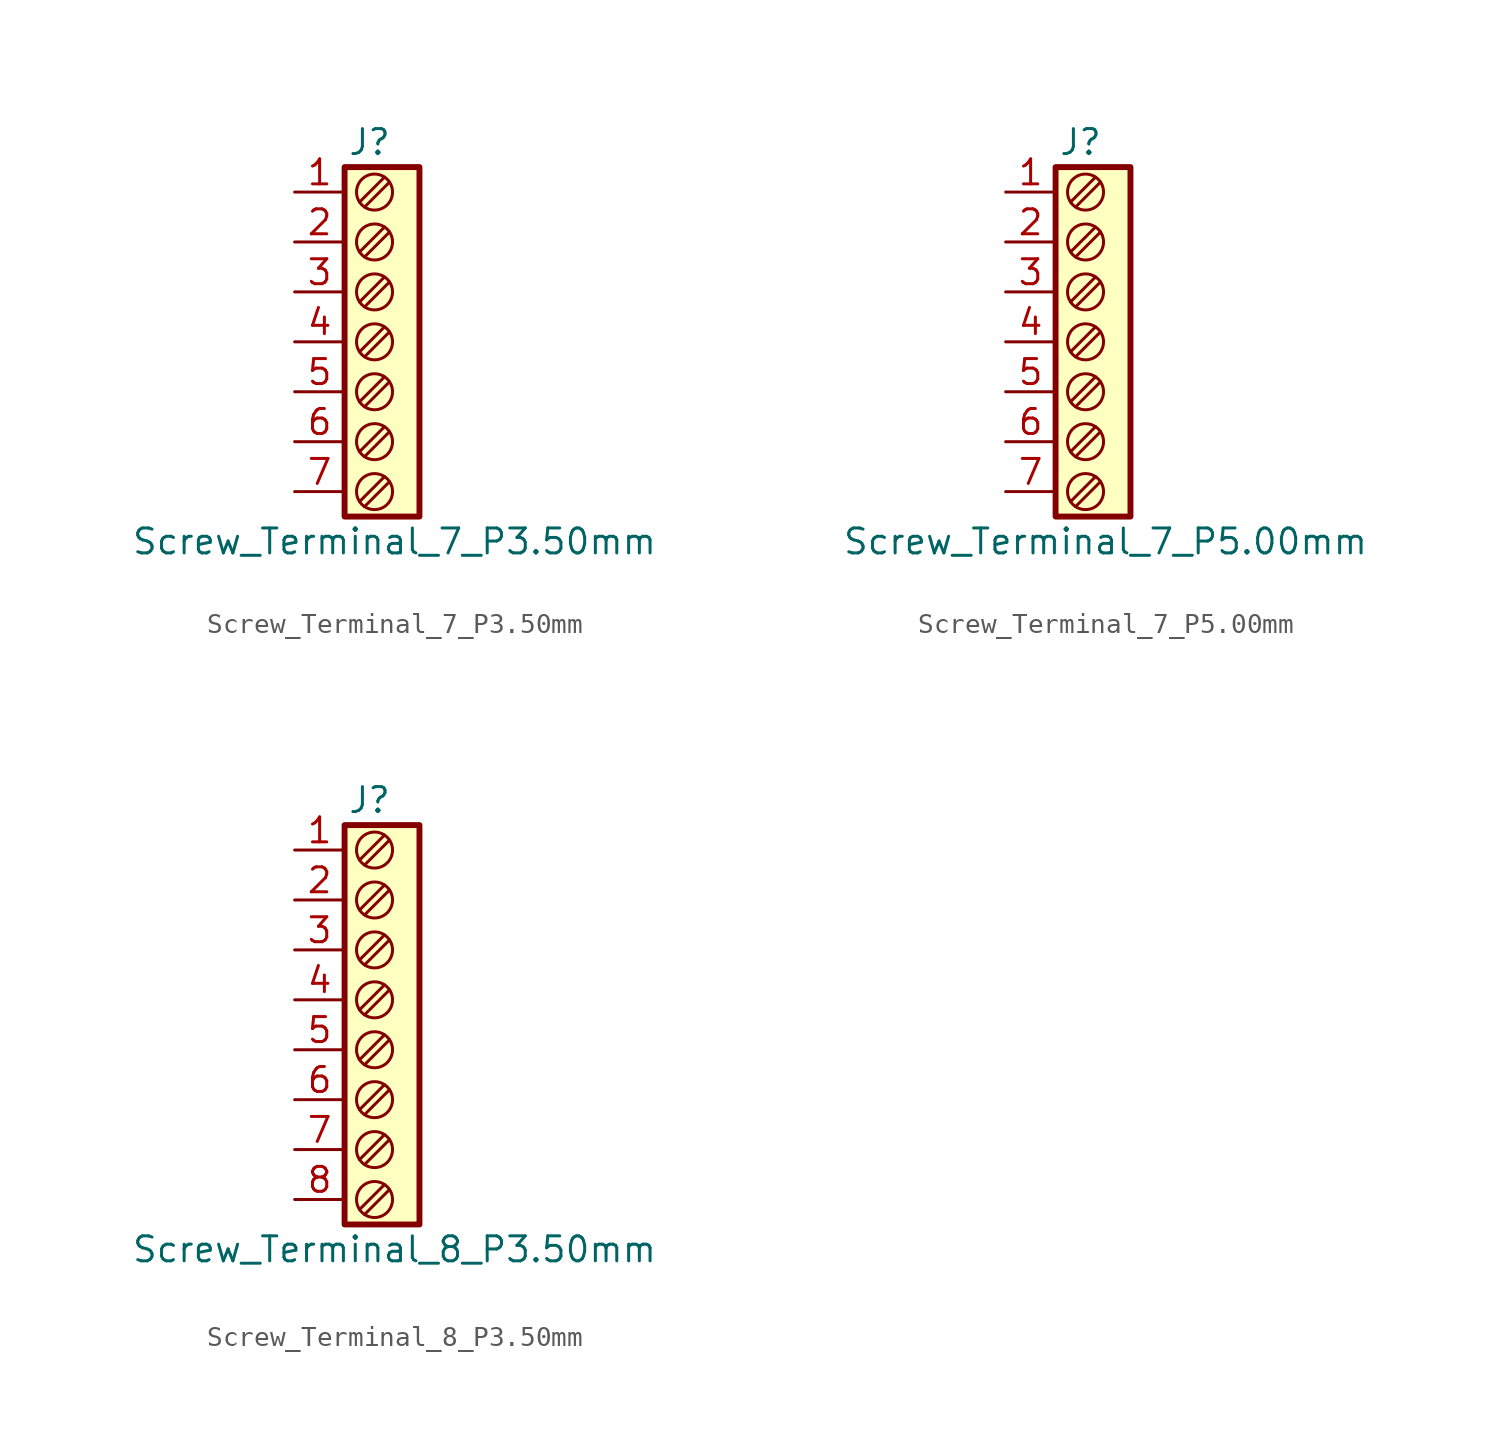
<source format=kicad_sym>
(kicad_symbol_lib
  (version 20220914)
  (generator kicad_symbol_editor)
  (symbol "Screw_Terminal_7_P3.50mm"
    (property "Reference" "J"
      (at 0 10.16 0)
      (effects (font (size 1.27 1.27))))
    (property "Value" "Screw_Terminal_7_P3.50mm"
      (at 1.27 -10.16 0)
      (effects (font (size 1.27 1.27))))
    (symbol "Screw_Terminal_7_P3.50mm_0_1"
      (rectangle (start -1.27 8.89) (end 2.54 -8.89) (stroke (width 0.3) (type default)) (fill (type background)))
      (polyline (pts (xy -0.254 -8.382) (xy 1.016 -7.112)) (stroke (width 0) (type default)) (fill (type none)))
      (polyline (pts (xy -0.254 -5.842) (xy 1.016 -4.572)) (stroke (width 0) (type default)) (fill (type none)))
      (polyline (pts (xy -0.254 -3.302) (xy 1.016 -2.032)) (stroke (width 0) (type default)) (fill (type none)))
      (polyline (pts (xy -0.254 -0.762) (xy 1.016 0.508)) (stroke (width 0) (type default)) (fill (type none)))
      (polyline (pts (xy -0.254 1.778) (xy 1.016 3.048)) (stroke (width 0) (type default)) (fill (type none)))
      (polyline (pts (xy -0.254 4.318) (xy 1.016 5.588)) (stroke (width 0) (type default)) (fill (type none)))
      (polyline (pts (xy -0.254 6.858) (xy 1.016 8.128)) (stroke (width 0) (type default)) (fill (type none)))
      (polyline (pts (xy 0 -7.62) (xy -0.508 -8.128) (xy 0.762 -6.858)) (stroke (width 0) (type default)) (fill (type none)))
      (polyline (pts (xy 0 -5.08) (xy -0.508 -5.588) (xy 0.762 -4.318)) (stroke (width 0) (type default)) (fill (type none)))
      (polyline (pts (xy 0 -2.54) (xy -0.508 -3.048) (xy 0.762 -1.778)) (stroke (width 0) (type default)) (fill (type none)))
      (polyline (pts (xy 0 0) (xy -0.508 -0.508) (xy 0.762 0.762)) (stroke (width 0) (type default)) (fill (type none)))
      (polyline (pts (xy 0 2.54) (xy -0.508 2.032) (xy 0.762 3.302)) (stroke (width 0) (type default)) (fill (type none)))
      (polyline (pts (xy 0 5.08) (xy -0.508 4.572) (xy 0.762 5.842)) (stroke (width 0) (type default)) (fill (type none)))
      (polyline (pts (xy 0 7.62) (xy -0.508 7.112) (xy 0.762 8.382)) (stroke (width 0) (type default)) (fill (type none)))
      (circle (center 0.254 -7.62) (radius 0.916) (stroke (width 0) (type default)) (fill (type none)))
      (circle (center 0.254 -5.08) (radius 0.916) (stroke (width 0) (type default)) (fill (type none)))
      (circle (center 0.254 -2.54) (radius 0.916) (stroke (width 0) (type default)) (fill (type none)))
      (circle (center 0.254 0) (radius 0.916) (stroke (width 0) (type default)) (fill (type none)))
      (circle (center 0.254 2.54) (radius 0.916) (stroke (width 0) (type default)) (fill (type none)))
      (circle (center 0.254 5.08) (radius 0.916) (stroke (width 0) (type default)) (fill (type none)))
      (circle (center 0.254 7.62) (radius 0.916) (stroke (width 0) (type default)) (fill (type none))))
    (symbol "Screw_Terminal_7_P3.50mm_1_1"
      (pin passive line (at -3.81 7.62 0) (length 2.54) (name "" (effects (font (size 1.27 1.27)))) (number "1" (effects (font (size 1.27 1.27)))))
      (pin passive line (at -3.81 5.08 0) (length 2.54) (name "" (effects (font (size 1.27 1.27)))) (number "2" (effects (font (size 1.27 1.27)))))
      (pin passive line (at -3.81 2.54 0) (length 2.54) (name "" (effects (font (size 1.27 1.27)))) (number "3" (effects (font (size 1.27 1.27)))))
      (pin passive line (at -3.81 0 0) (length 2.54) (name "" (effects (font (size 1.27 1.27)))) (number "4" (effects (font (size 1.27 1.27)))))
      (pin passive line (at -3.81 -2.54 0) (length 2.54) (name "" (effects (font (size 1.27 1.27)))) (number "5" (effects (font (size 1.27 1.27)))))
      (pin passive line (at -3.81 -5.08 0) (length 2.54) (name "" (effects (font (size 1.27 1.27)))) (number "6" (effects (font (size 1.27 1.27)))))
      (pin passive line (at -3.81 -7.62 0) (length 2.54) (name "" (effects (font (size 1.27 1.27)))) (number "7" (effects (font (size 1.27 1.27)))))))
  (symbol "Screw_Terminal_7_P5.00mm"
    (property "Reference" "J"
      (at 0 10.16 0)
      (effects (font (size 1.27 1.27))))
    (property "Value" "Screw_Terminal_7_P5.00mm"
      (at 1.27 -10.16 0)
      (effects (font (size 1.27 1.27))))
    (symbol "Screw_Terminal_7_P5.00mm_0_1"
      (rectangle (start -1.27 8.89) (end 2.54 -8.89) (stroke (width 0.3) (type default)) (fill (type background)))
      (polyline (pts (xy -0.254 -8.382) (xy 1.016 -7.112)) (stroke (width 0) (type default)) (fill (type none)))
      (polyline (pts (xy -0.254 -5.842) (xy 1.016 -4.572)) (stroke (width 0) (type default)) (fill (type none)))
      (polyline (pts (xy -0.254 -3.302) (xy 1.016 -2.032)) (stroke (width 0) (type default)) (fill (type none)))
      (polyline (pts (xy -0.254 -0.762) (xy 1.016 0.508)) (stroke (width 0) (type default)) (fill (type none)))
      (polyline (pts (xy -0.254 1.778) (xy 1.016 3.048)) (stroke (width 0) (type default)) (fill (type none)))
      (polyline (pts (xy -0.254 4.318) (xy 1.016 5.588)) (stroke (width 0) (type default)) (fill (type none)))
      (polyline (pts (xy -0.254 6.858) (xy 1.016 8.128)) (stroke (width 0) (type default)) (fill (type none)))
      (polyline (pts (xy 0 -7.62) (xy -0.508 -8.128) (xy 0.762 -6.858)) (stroke (width 0) (type default)) (fill (type none)))
      (polyline (pts (xy 0 -5.08) (xy -0.508 -5.588) (xy 0.762 -4.318)) (stroke (width 0) (type default)) (fill (type none)))
      (polyline (pts (xy 0 -2.54) (xy -0.508 -3.048) (xy 0.762 -1.778)) (stroke (width 0) (type default)) (fill (type none)))
      (polyline (pts (xy 0 0) (xy -0.508 -0.508) (xy 0.762 0.762)) (stroke (width 0) (type default)) (fill (type none)))
      (polyline (pts (xy 0 2.54) (xy -0.508 2.032) (xy 0.762 3.302)) (stroke (width 0) (type default)) (fill (type none)))
      (polyline (pts (xy 0 5.08) (xy -0.508 4.572) (xy 0.762 5.842)) (stroke (width 0) (type default)) (fill (type none)))
      (polyline (pts (xy 0 7.62) (xy -0.508 7.112) (xy 0.762 8.382)) (stroke (width 0) (type default)) (fill (type none)))
      (circle (center 0.254 -7.62) (radius 0.916) (stroke (width 0) (type default)) (fill (type none)))
      (circle (center 0.254 -5.08) (radius 0.916) (stroke (width 0) (type default)) (fill (type none)))
      (circle (center 0.254 -2.54) (radius 0.916) (stroke (width 0) (type default)) (fill (type none)))
      (circle (center 0.254 0) (radius 0.916) (stroke (width 0) (type default)) (fill (type none)))
      (circle (center 0.254 2.54) (radius 0.916) (stroke (width 0) (type default)) (fill (type none)))
      (circle (center 0.254 5.08) (radius 0.916) (stroke (width 0) (type default)) (fill (type none)))
      (circle (center 0.254 7.62) (radius 0.916) (stroke (width 0) (type default)) (fill (type none))))
    (symbol "Screw_Terminal_7_P5.00mm_1_1"
      (pin passive line (at -3.81 7.62 0) (length 2.54) (name "" (effects (font (size 1.27 1.27)))) (number "1" (effects (font (size 1.27 1.27)))))
      (pin passive line (at -3.81 5.08 0) (length 2.54) (name "" (effects (font (size 1.27 1.27)))) (number "2" (effects (font (size 1.27 1.27)))))
      (pin passive line (at -3.81 2.54 0) (length 2.54) (name "" (effects (font (size 1.27 1.27)))) (number "3" (effects (font (size 1.27 1.27)))))
      (pin passive line (at -3.81 0 0) (length 2.54) (name "" (effects (font (size 1.27 1.27)))) (number "4" (effects (font (size 1.27 1.27)))))
      (pin passive line (at -3.81 -2.54 0) (length 2.54) (name "" (effects (font (size 1.27 1.27)))) (number "5" (effects (font (size 1.27 1.27)))))
      (pin passive line (at -3.81 -5.08 0) (length 2.54) (name "" (effects (font (size 1.27 1.27)))) (number "6" (effects (font (size 1.27 1.27)))))
      (pin passive line (at -3.81 -7.62 0) (length 2.54) (name "" (effects (font (size 1.27 1.27)))) (number "7" (effects (font (size 1.27 1.27)))))))
  (symbol "Screw_Terminal_8_P3.50mm"
    (property "Reference" "J"
      (at 0 11.43 0)
      (effects (font (size 1.27 1.27))))
    (property "Value" "Screw_Terminal_8_P3.50mm"
      (at 1.27 -11.43 0)
      (effects (font (size 1.27 1.27))))
    (symbol "Screw_Terminal_8_P3.50mm_0_1"
      (rectangle (start -1.27 10.16) (end 2.54 -10.16) (stroke (width 0.3) (type default)) (fill (type background)))
      (polyline (pts (xy -0.254 -9.652) (xy 1.016 -8.382)) (stroke (width 0) (type default)) (fill (type none)))
      (polyline (pts (xy -0.254 -7.112) (xy 1.016 -5.842)) (stroke (width 0) (type default)) (fill (type none)))
      (polyline (pts (xy -0.254 -4.572) (xy 1.016 -3.302)) (stroke (width 0) (type default)) (fill (type none)))
      (polyline (pts (xy -0.254 -2.032) (xy 1.016 -0.762)) (stroke (width 0) (type default)) (fill (type none)))
      (polyline (pts (xy -0.254 0.508) (xy 1.016 1.778)) (stroke (width 0) (type default)) (fill (type none)))
      (polyline (pts (xy -0.254 3.048) (xy 1.016 4.318)) (stroke (width 0) (type default)) (fill (type none)))
      (polyline (pts (xy -0.254 5.588) (xy 1.016 6.858)) (stroke (width 0) (type default)) (fill (type none)))
      (polyline (pts (xy -0.254 8.128) (xy 1.016 9.398)) (stroke (width 0) (type default)) (fill (type none)))
      (polyline (pts (xy 0 -8.89) (xy -0.508 -9.398) (xy 0.762 -8.128)) (stroke (width 0) (type default)) (fill (type none)))
      (polyline (pts (xy 0 -6.35) (xy -0.508 -6.858) (xy 0.762 -5.588)) (stroke (width 0) (type default)) (fill (type none)))
      (polyline (pts (xy 0 -3.81) (xy -0.508 -4.318) (xy 0.762 -3.048)) (stroke (width 0) (type default)) (fill (type none)))
      (polyline (pts (xy 0 -1.27) (xy -0.508 -1.778) (xy 0.762 -0.508)) (stroke (width 0) (type default)) (fill (type none)))
      (polyline (pts (xy 0 1.27) (xy -0.508 0.762) (xy 0.762 2.032)) (stroke (width 0) (type default)) (fill (type none)))
      (polyline (pts (xy 0 3.81) (xy -0.508 3.302) (xy 0.762 4.572)) (stroke (width 0) (type default)) (fill (type none)))
      (polyline (pts (xy 0 6.35) (xy -0.508 5.842) (xy 0.762 7.112)) (stroke (width 0) (type default)) (fill (type none)))
      (polyline (pts (xy 0 8.89) (xy -0.508 8.382) (xy 0.762 9.652)) (stroke (width 0) (type default)) (fill (type none)))
      (circle (center 0.254 -8.89) (radius 0.916) (stroke (width 0) (type default)) (fill (type none)))
      (circle (center 0.254 -6.35) (radius 0.916) (stroke (width 0) (type default)) (fill (type none)))
      (circle (center 0.254 -3.81) (radius 0.916) (stroke (width 0) (type default)) (fill (type none)))
      (circle (center 0.254 -1.27) (radius 0.916) (stroke (width 0) (type default)) (fill (type none)))
      (circle (center 0.254 1.27) (radius 0.916) (stroke (width 0) (type default)) (fill (type none)))
      (circle (center 0.254 3.81) (radius 0.916) (stroke (width 0) (type default)) (fill (type none)))
      (circle (center 0.254 6.35) (radius 0.916) (stroke (width 0) (type default)) (fill (type none)))
      (circle (center 0.254 8.89) (radius 0.916) (stroke (width 0) (type default)) (fill (type none))))
    (symbol "Screw_Terminal_8_P3.50mm_1_1"
      (pin passive line (at -3.81 8.89 0) (length 2.54) (name "" (effects (font (size 1.27 1.27)))) (number "1" (effects (font (size 1.27 1.27)))))
      (pin passive line (at -3.81 6.35 0) (length 2.54) (name "" (effects (font (size 1.27 1.27)))) (number "2" (effects (font (size 1.27 1.27)))))
      (pin passive line (at -3.81 3.81 0) (length 2.54) (name "" (effects (font (size 1.27 1.27)))) (number "3" (effects (font (size 1.27 1.27)))))
      (pin passive line (at -3.81 1.27 0) (length 2.54) (name "" (effects (font (size 1.27 1.27)))) (number "4" (effects (font (size 1.27 1.27)))))
      (pin passive line (at -3.81 -1.27 0) (length 2.54) (name "" (effects (font (size 1.27 1.27)))) (number "5" (effects (font (size 1.27 1.27)))))
      (pin passive line (at -3.81 -3.81 0) (length 2.54) (name "" (effects (font (size 1.27 1.27)))) (number "6" (effects (font (size 1.27 1.27)))))
      (pin passive line (at -3.81 -6.35 0) (length 2.54) (name "" (effects (font (size 1.27 1.27)))) (number "7" (effects (font (size 1.27 1.27)))))
      (pin passive line (at -3.81 -8.89 0) (length 2.54) (name "" (effects (font (size 1.27 1.27)))) (number "8" (effects (font (size 1.27 1.27))))))))
</source>
